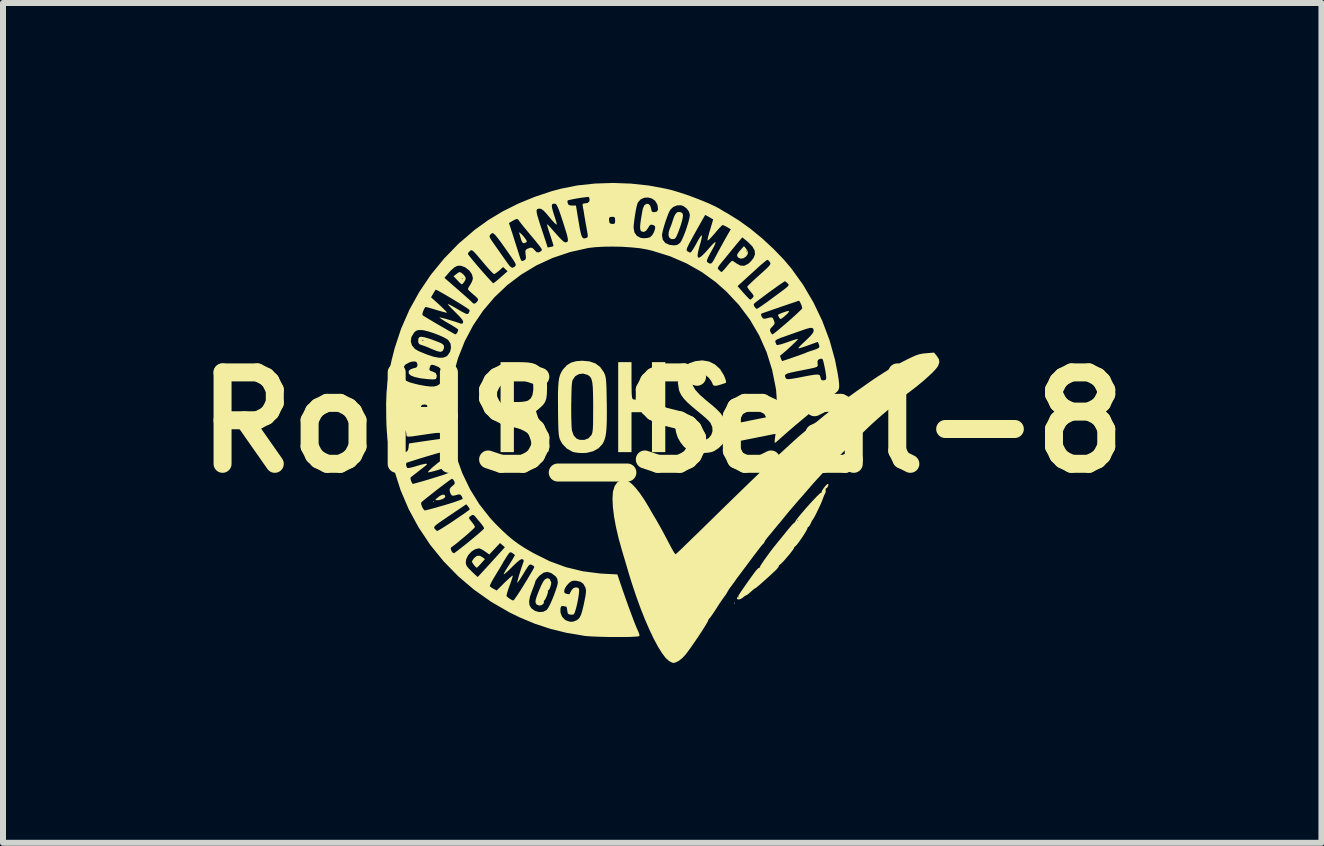
<source format=kicad_pcb>
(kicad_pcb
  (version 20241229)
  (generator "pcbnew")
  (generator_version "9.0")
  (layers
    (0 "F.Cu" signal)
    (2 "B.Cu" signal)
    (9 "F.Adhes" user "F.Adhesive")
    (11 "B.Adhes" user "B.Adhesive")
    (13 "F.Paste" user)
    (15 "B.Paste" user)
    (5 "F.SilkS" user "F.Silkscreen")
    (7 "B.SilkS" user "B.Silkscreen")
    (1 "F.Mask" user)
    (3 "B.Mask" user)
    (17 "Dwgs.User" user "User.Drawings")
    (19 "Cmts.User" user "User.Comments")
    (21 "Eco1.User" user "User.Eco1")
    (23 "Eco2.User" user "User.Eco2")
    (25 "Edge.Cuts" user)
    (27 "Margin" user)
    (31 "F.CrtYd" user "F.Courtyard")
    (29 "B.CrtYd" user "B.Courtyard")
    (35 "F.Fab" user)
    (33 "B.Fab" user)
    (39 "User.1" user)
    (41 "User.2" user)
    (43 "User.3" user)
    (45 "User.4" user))
  (footprint "RoHS_Seal-8"
    (layer "F.Cu")
    (at 7.99 3.993)
    (property "Reference" "RoHS_Seal-8" (at 0 0 0) (layer "F.SilkS") (effects (font (size 1.524 1.524) (thickness 0.3))))
    (attr board_only exclude_from_pos_files exclude_from_bom)
    (fp_poly (pts (xy -3.804 1.322) (xy -3.813 1.331) (xy -3.821 1.322) (xy -3.813 1.313)) (stroke (width 0) (type solid)) (fill yes) (layer "F.SilkS"))
    (fp_poly (pts (xy 1.211 3.011) (xy 1.203 3.019) (xy 1.194 3.011) (xy 1.203 3.002)) (stroke (width 0) (type solid)) (fill yes) (layer "F.SilkS"))
    (fp_poly (pts (xy -3.63 1.206) (xy -3.617 1.231) (xy -3.616 1.235) (xy -3.632 1.259) (xy -3.669 1.28) (xy -3.719 1.294) (xy -3.748 1.296) (xy -3.779 1.295) (xy -3.78 1.285) (xy -3.759 1.265) (xy -3.707 1.224) (xy -3.662 1.204)) (stroke (width 0) (type solid)) (fill yes) (layer "F.SilkS"))
    (fp_poly (pts (xy -2.373 -3.163) (xy -2.355 -3.147) (xy -2.317 -3.108) (xy -2.282 -3.064) (xy -2.26 -3.03) (xy -2.26 -3.01) (xy -2.271 -3.001) (xy -2.307 -2.987) (xy -2.332 -3.001) (xy -2.352 -3.045) (xy -2.354 -3.055) (xy -2.369 -3.106) (xy -2.381 -3.146) (xy -2.383 -3.153) (xy -2.387 -3.169)) (stroke (width 0) (type solid)) (fill yes) (layer "F.SilkS"))
    (fp_poly (pts (xy 2.114 -1.847) (xy 2.091 -1.818) (xy 2.063 -1.792) (xy 2.021 -1.755) (xy 1.988 -1.731) (xy 1.975 -1.723) (xy 1.959 -1.736) (xy 1.944 -1.758) (xy 1.932 -1.781) (xy 1.932 -1.795) (xy 1.95 -1.807) (xy 1.991 -1.824) (xy 2.009 -1.831) (xy 2.073 -1.853) (xy 2.109 -1.859)) (stroke (width 0) (type solid)) (fill yes) (layer "F.SilkS"))
    (fp_poly (pts (xy -2.995 2.248) (xy -2.956 2.278) (xy -3.02 2.35) (xy -3.056 2.39) (xy -3.083 2.416) (xy -3.093 2.422) (xy -3.109 2.41) (xy -3.135 2.381) (xy -3.138 2.377) (xy -3.162 2.343) (xy -3.173 2.321) (xy -3.173 2.32) (xy -3.163 2.299) (xy -3.14 2.266) (xy -3.138 2.263) (xy -3.093 2.225) (xy -3.043 2.222)) (stroke (width 0) (type solid)) (fill yes) (layer "F.SilkS"))
    (fp_poly (pts (xy 1.397 -2.899) (xy 1.427 -2.85) (xy 1.426 -2.808) (xy 1.398 -2.767) (xy 1.353 -2.737) (xy 1.305 -2.731) (xy 1.266 -2.75) (xy 1.249 -2.775) (xy 1.251 -2.803) (xy 1.276 -2.841) (xy 1.289 -2.857) (xy 1.399 -2.857) (xy 1.407 -2.849) (xy 1.416 -2.857) (xy 1.407 -2.866) (xy 1.399 -2.857) (xy 1.289 -2.857) (xy 1.304 -2.874) (xy 1.363 -2.94)) (stroke (width 0) (type solid)) (fill yes) (layer "F.SilkS"))
    (fp_poly (pts (xy -3.348 -2.495) (xy -3.313 -2.465) (xy -3.285 -2.43) (xy -3.275 -2.404) (xy -3.284 -2.372) (xy -3.306 -2.336) (xy -3.33 -2.309) (xy -3.343 -2.303) (xy -3.359 -2.314) (xy -3.39 -2.344) (xy -3.415 -2.37) (xy -3.44 -2.397) (xy -3.343 -2.397) (xy -3.335 -2.388) (xy -3.326 -2.397) (xy -3.335 -2.405) (xy -3.343 -2.397) (xy -3.44 -2.397) (xy -3.479 -2.438) (xy -3.434 -2.473) (xy -3.401 -2.497) (xy -3.378 -2.508) (xy -3.378 -2.508)) (stroke (width 0) (type solid)) (fill yes) (layer "F.SilkS"))
    (fp_poly (pts (xy -0.512 -0.701) (xy -0.511 -0.59) (xy -0.51 -0.509) (xy -0.507 -0.453) (xy -0.503 -0.417) (xy -0.496 -0.396) (xy -0.487 -0.387) (xy -0.485 -0.386) (xy -0.456 -0.381) (xy -0.403 -0.377) (xy -0.336 -0.375) (xy -0.314 -0.375) (xy -0.171 -0.375) (xy -0.171 -1.006) (xy 0.051 -1.006) (xy 0.051 0.495) (xy -0.171 0.495) (xy -0.171 -0.171) (xy -0.512 -0.171) (xy -0.512 0.495) (xy -0.734 0.495) (xy -0.734 -1.006) (xy -0.512 -1.006)) (stroke (width 0) (type solid)) (fill yes) (layer "F.SilkS"))
    (fp_poly (pts (xy 0.319 -3.502) (xy 0.34 -3.483) (xy 0.346 -3.448) (xy 0.338 -3.392) (xy 0.316 -3.312) (xy 0.299 -3.259) (xy 0.271 -3.181) (xy 0.245 -3.118) (xy 0.223 -3.077) (xy 0.211 -3.063) (xy 0.161 -3.055) (xy 0.123 -3.074) (xy 0.123 -3.074) (xy 0.105 -3.115) (xy 0.108 -3.173) (xy 0.126 -3.23) (xy 0.148 -3.283) (xy 0.169 -3.344) (xy 0.171 -3.352) (xy 0.198 -3.431) (xy 0.224 -3.48) (xy 0.251 -3.505) (xy 0.283 -3.51)) (stroke (width 0) (type solid)) (fill yes) (layer "F.SilkS"))
    (fp_poly (pts (xy -3.958 -1.419) (xy -3.878 -1.395) (xy -3.838 -1.381) (xy -3.752 -1.349) (xy -3.693 -1.325) (xy -3.658 -1.303) (xy -3.641 -1.282) (xy -3.637 -1.258) (xy -3.641 -1.231) (xy -3.661 -1.191) (xy -3.697 -1.177) (xy -3.753 -1.189) (xy -3.785 -1.202) (xy -3.831 -1.22) (xy -3.838 -1.223) (xy -3.903 -1.251) (xy -3.946 -1.268) (xy -3.979 -1.28) (xy -4.01 -1.29) (xy -4.017 -1.292) (xy -4.053 -1.308) (xy -4.067 -1.336) (xy -4.068 -1.366) (xy -4.067 -1.376) (xy -4.003 -1.376) (xy -4.001 -1.366) (xy -3.992 -1.365) (xy -3.978 -1.371) (xy -3.98 -1.376) (xy -4.001 -1.378) (xy -4.003 -1.376) (xy -4.067 -1.376) (xy -4.064 -1.403) (xy -4.046 -1.424) (xy -4.012 -1.429)) (stroke (width 0) (type solid)) (fill yes) (layer "F.SilkS"))
    (fp_poly (pts (xy -1.895 2.601) (xy -1.87 2.615) (xy -1.868 2.627) (xy -1.864 2.644) (xy -1.858 2.647) (xy -1.85 2.665) (xy -1.854 2.702) (xy -1.866 2.744) (xy -1.881 2.78) (xy -1.897 2.797) (xy -1.899 2.798) (xy -1.908 2.805) (xy -1.906 2.808) (xy -1.905 2.829) (xy -1.916 2.868) (xy -1.933 2.913) (xy -1.953 2.952) (xy -1.969 2.972) (xy -1.978 2.984) (xy -1.974 2.985) (xy -1.97 2.998) (xy -1.979 3.019) (xy -2.01 3.046) (xy -2.053 3.052) (xy -2.093 3.035) (xy -2.095 3.033) (xy -2.109 3.012) (xy -2.113 2.984) (xy -2.106 2.943) (xy -2.086 2.883) (xy -2.055 2.803) (xy -2.015 2.711) (xy -1.981 2.648) (xy -1.951 2.612) (xy -1.92 2.598)) (stroke (width 0) (type solid)) (fill yes) (layer "F.SilkS"))
    (fp_poly (pts (xy -2.329 -1.005) (xy -2.238 -1) (xy -2.168 -0.989) (xy -2.114 -0.971) (xy -2.069 -0.945) (xy -2.026 -0.909) (xy -2.025 -0.907) (xy -1.978 -0.856) (xy -1.947 -0.8) (xy -1.929 -0.732) (xy -1.921 -0.644) (xy -1.92 -0.571) (xy -1.923 -0.471) (xy -1.933 -0.396) (xy -1.954 -0.339) (xy -1.989 -0.29) (xy -2.04 -0.242) (xy -2.041 -0.241) (xy -2.105 -0.189) (xy -1.999 0.14) (xy -1.967 0.241) (xy -1.939 0.33) (xy -1.916 0.403) (xy -1.901 0.455) (xy -1.894 0.481) (xy -1.893 0.482) (xy -1.909 0.488) (xy -1.95 0.493) (xy -2.008 0.495) (xy -2.012 0.495) (xy -2.131 0.495) (xy -2.201 0.269) (xy -2.241 0.142) (xy -2.272 0.045) (xy -2.297 -0.026) (xy -2.316 -0.076) (xy -2.331 -0.106) (xy -2.343 -0.122) (xy -2.345 -0.123) (xy -2.373 -0.132) (xy -2.417 -0.136) (xy -2.418 -0.136) (xy -2.473 -0.136) (xy -2.473 0.495) (xy -2.695 0.495) (xy -2.695 -0.806) (xy -2.473 -0.806) (xy -2.473 -0.341) (xy -2.379 -0.341) (xy -2.316 -0.346) (xy -2.26 -0.357) (xy -2.237 -0.365) (xy -2.191 -0.402) (xy -2.163 -0.459) (xy -2.15 -0.54) (xy -2.149 -0.581) (xy -2.152 -0.643) (xy -2.162 -0.685) (xy -2.184 -0.72) (xy -2.198 -0.737) (xy -2.229 -0.767) (xy -2.26 -0.784) (xy -2.304 -0.794) (xy -2.36 -0.799) (xy -2.473 -0.806) (xy -2.695 -0.806) (xy -2.695 -1.006) (xy -2.447 -1.006)) (stroke (width 0) (type solid)) (fill yes) (layer "F.SilkS"))
    (fp_poly (pts (xy 0.781 -1.016) (xy 0.879 -0.967) (xy 0.963 -0.891) (xy 1.027 -0.789) (xy 1.048 -0.737) (xy 1.063 -0.692) (xy 1.064 -0.668) (xy 1.053 -0.658) (xy 1.044 -0.654) (xy 1.005 -0.642) (xy 0.972 -0.63) (xy 0.905 -0.612) (xy 0.863 -0.613) (xy 0.842 -0.633) (xy 0.839 -0.645) (xy 0.824 -0.679) (xy 0.793 -0.724) (xy 0.769 -0.751) (xy 0.706 -0.802) (xy 0.645 -0.819) (xy 0.586 -0.803) (xy 0.555 -0.78) (xy 0.513 -0.73) (xy 0.498 -0.674) (xy 0.511 -0.613) (xy 0.552 -0.543) (xy 0.624 -0.464) (xy 0.726 -0.374) (xy 0.754 -0.351) (xy 0.849 -0.273) (xy 0.92 -0.209) (xy 0.972 -0.154) (xy 1.01 -0.102) (xy 1.037 -0.049) (xy 1.049 -0.018) (xy 1.068 0.065) (xy 1.074 0.157) (xy 1.065 0.242) (xy 1.047 0.3) (xy 1.003 0.366) (xy 0.94 0.428) (xy 0.869 0.475) (xy 0.824 0.493) (xy 0.775 0.502) (xy 0.71 0.508) (xy 0.642 0.51) (xy 0.585 0.508) (xy 0.554 0.503) (xy 0.526 0.496) (xy 0.49 0.487) (xy 0.425 0.458) (xy 0.36 0.402) (xy 0.302 0.329) (xy 0.256 0.245) (xy 0.229 0.159) (xy 0.228 0.151) (xy 0.218 0.089) (xy 0.312 0.061) (xy 0.377 0.043) (xy 0.416 0.036) (xy 0.436 0.041) (xy 0.443 0.057) (xy 0.444 0.071) (xy 0.456 0.124) (xy 0.489 0.184) (xy 0.533 0.238) (xy 0.581 0.276) (xy 0.586 0.279) (xy 0.659 0.299) (xy 0.724 0.289) (xy 0.779 0.257) (xy 0.818 0.207) (xy 0.838 0.145) (xy 0.835 0.077) (xy 0.804 0.007) (xy 0.797 -0.002) (xy 0.77 -0.032) (xy 0.722 -0.077) (xy 0.662 -0.129) (xy 0.607 -0.174) (xy 0.502 -0.261) (xy 0.421 -0.333) (xy 0.362 -0.395) (xy 0.32 -0.452) (xy 0.292 -0.507) (xy 0.279 -0.544) (xy 0.261 -0.661) (xy 0.276 -0.773) (xy 0.315 -0.863) (xy 0.373 -0.935) (xy 0.45 -0.987) (xy 0.552 -1.022) (xy 0.671 -1.035)) (stroke (width 0) (type solid)) (fill yes) (layer "F.SilkS"))
    (fp_poly (pts (xy -1.212 -1.018) (xy -1.113 -0.984) (xy -1.035 -0.925) (xy -0.975 -0.84) (xy -0.961 -0.81) (xy -0.951 -0.784) (xy -0.943 -0.751) (xy -0.937 -0.708) (xy -0.933 -0.649) (xy -0.929 -0.57) (xy -0.927 -0.467) (xy -0.925 -0.334) (xy -0.924 -0.322) (xy -0.923 -0.16) (xy -0.924 -0.027) (xy -0.928 0.079) (xy -0.935 0.164) (xy -0.946 0.232) (xy -0.961 0.286) (xy -0.981 0.332) (xy -0.999 0.363) (xy -1.064 0.432) (xy -1.154 0.481) (xy -1.261 0.507) (xy -1.331 0.51) (xy -1.398 0.507) (xy -1.46 0.498) (xy -1.495 0.489) (xy -1.59 0.436) (xy -1.665 0.357) (xy -1.693 0.309) (xy -1.705 0.283) (xy -1.714 0.257) (xy -1.721 0.225) (xy -1.726 0.184) (xy -1.73 0.128) (xy -1.733 0.052) (xy -1.735 -0.047) (xy -1.737 -0.174) (xy -1.737 -0.184) (xy -1.517 -0.184) (xy -1.516 -0.08) (xy -1.513 0.011) (xy -1.51 0.084) (xy -1.505 0.132) (xy -1.504 0.137) (xy -1.476 0.216) (xy -1.429 0.268) (xy -1.379 0.289) (xy -1.3 0.291) (xy -1.232 0.266) (xy -1.184 0.215) (xy -1.173 0.196) (xy -1.166 0.172) (xy -1.16 0.14) (xy -1.156 0.095) (xy -1.153 0.032) (xy -1.152 -0.053) (xy -1.152 -0.165) (xy -1.151 -0.247) (xy -1.152 -0.392) (xy -1.154 -0.507) (xy -1.158 -0.596) (xy -1.165 -0.663) (xy -1.176 -0.711) (xy -1.191 -0.746) (xy -1.211 -0.77) (xy -1.236 -0.788) (xy -1.247 -0.794) (xy -1.32 -0.815) (xy -1.39 -0.806) (xy -1.45 -0.771) (xy -1.491 -0.712) (xy -1.5 -0.687) (xy -1.505 -0.65) (xy -1.51 -0.586) (xy -1.513 -0.5) (xy -1.515 -0.4) (xy -1.517 -0.293) (xy -1.517 -0.184) (xy -1.737 -0.184) (xy -1.737 -0.2) (xy -1.738 -0.359) (xy -1.738 -0.489) (xy -1.734 -0.593) (xy -1.728 -0.676) (xy -1.718 -0.741) (xy -1.703 -0.793) (xy -1.684 -0.837) (xy -1.659 -0.876) (xy -1.649 -0.89) (xy -1.587 -0.957) (xy -1.517 -0.999) (xy -1.432 -1.022) (xy -1.334 -1.029)) (stroke (width 0) (type solid)) (fill yes) (layer "F.SilkS"))
    (fp_poly (pts (xy 2.771 1.037) (xy 2.765 1.062) (xy 2.747 1.09) (xy 2.733 1.097) (xy 2.723 1.107) (xy 2.725 1.127) (xy 2.724 1.164) (xy 2.717 1.181) (xy 2.701 1.211) (xy 2.683 1.257) (xy 2.678 1.271) (xy 2.662 1.313) (xy 2.637 1.372) (xy 2.606 1.438) (xy 2.574 1.504) (xy 2.545 1.562) (xy 2.521 1.603) (xy 2.509 1.621) (xy 2.495 1.641) (xy 2.477 1.679) (xy 2.475 1.685) (xy 2.456 1.721) (xy 2.439 1.74) (xy 2.437 1.74) (xy 2.423 1.753) (xy 2.422 1.761) (xy 2.413 1.785) (xy 2.389 1.828) (xy 2.356 1.881) (xy 2.317 1.939) (xy 2.279 1.993) (xy 2.246 2.036) (xy 2.223 2.061) (xy 2.217 2.064) (xy 2.202 2.078) (xy 2.2 2.085) (xy 2.19 2.107) (xy 2.162 2.146) (xy 2.123 2.196) (xy 2.078 2.249) (xy 2.034 2.3) (xy 1.995 2.342) (xy 1.968 2.367) (xy 1.96 2.371) (xy 1.946 2.385) (xy 1.945 2.394) (xy 1.933 2.417) (xy 1.902 2.454) (xy 1.862 2.492) (xy 1.763 2.583) (xy 1.686 2.652) (xy 1.629 2.702) (xy 1.589 2.736) (xy 1.565 2.756) (xy 1.552 2.763) (xy 1.551 2.763) (xy 1.533 2.774) (xy 1.5 2.802) (xy 1.477 2.823) (xy 1.438 2.857) (xy 1.407 2.879) (xy 1.398 2.883) (xy 1.375 2.894) (xy 1.348 2.917) (xy 1.314 2.94) (xy 1.278 2.951) (xy 1.252 2.946) (xy 1.245 2.933) (xy 1.255 2.913) (xy 1.258 2.908) (xy 1.262 2.908) (xy 1.271 2.917) (xy 1.279 2.908) (xy 1.271 2.9) (xy 1.262 2.908) (xy 1.258 2.908) (xy 1.28 2.872) (xy 1.317 2.814) (xy 1.364 2.747) (xy 1.366 2.743) (xy 1.439 2.639) (xy 1.496 2.56) (xy 1.538 2.502) (xy 1.569 2.463) (xy 1.591 2.439) (xy 1.606 2.426) (xy 1.617 2.423) (xy 1.632 2.414) (xy 1.63 2.407) (xy 1.637 2.39) (xy 1.661 2.352) (xy 1.698 2.297) (xy 1.744 2.233) (xy 1.795 2.163) (xy 1.847 2.094) (xy 1.897 2.032) (xy 1.939 1.98) (xy 1.941 1.978) (xy 1.96 1.955) (xy 1.995 1.912) (xy 2.04 1.856) (xy 2.075 1.812) (xy 2.123 1.755) (xy 2.163 1.708) (xy 2.192 1.679) (xy 2.203 1.672) (xy 2.217 1.659) (xy 2.218 1.653) (xy 2.228 1.633) (xy 2.231 1.629) (xy 2.252 1.629) (xy 2.26 1.638) (xy 2.269 1.629) (xy 2.26 1.621) (xy 2.252 1.629) (xy 2.231 1.629) (xy 2.258 1.594) (xy 2.301 1.54) (xy 2.355 1.477) (xy 2.414 1.409) (xy 2.474 1.342) (xy 2.532 1.28) (xy 2.582 1.228) (xy 2.621 1.19) (xy 2.644 1.172) (xy 2.648 1.171) (xy 2.659 1.172) (xy 2.656 1.166) (xy 2.66 1.145) (xy 2.681 1.11) (xy 2.71 1.071) (xy 2.739 1.039) (xy 2.762 1.024) (xy 2.764 1.024)) (stroke (width 0) (type solid)) (fill yes) (layer "F.SilkS"))
    (fp_poly (pts (xy 4.577 -1.11) (xy 4.613 -1.054) (xy 4.62 -1.002) (xy 4.599 -0.943) (xy 4.599 -0.942) (xy 4.567 -0.898) (xy 4.512 -0.838) (xy 4.438 -0.768) (xy 4.35 -0.69) (xy 4.251 -0.608) (xy 4.148 -0.528) (xy 4.137 -0.52) (xy 4.078 -0.476) (xy 4.024 -0.432) (xy 3.961 -0.379) (xy 3.925 -0.347) (xy 3.884 -0.312) (xy 3.827 -0.263) (xy 3.763 -0.208) (xy 3.736 -0.185) (xy 3.668 -0.128) (xy 3.607 -0.075) (xy 3.55 -0.024) (xy 3.491 0.029) (xy 3.428 0.089) (xy 3.357 0.158) (xy 3.272 0.24) (xy 3.172 0.34) (xy 3.062 0.448) (xy 2.958 0.552) (xy 2.853 0.659) (xy 2.752 0.764) (xy 2.66 0.861) (xy 2.581 0.946) (xy 2.521 1.013) (xy 2.516 1.018) (xy 2.453 1.091) (xy 2.396 1.157) (xy 2.348 1.212) (xy 2.315 1.25) (xy 2.307 1.259) (xy 2.275 1.295) (xy 2.232 1.345) (xy 2.196 1.387) (xy 2.156 1.434) (xy 2.123 1.472) (xy 2.107 1.491) (xy 2.088 1.514) (xy 2.055 1.554) (xy 2.022 1.595) (xy 1.983 1.643) (xy 1.952 1.681) (xy 1.936 1.699) (xy 1.916 1.723) (xy 1.884 1.762) (xy 1.859 1.792) (xy 1.815 1.846) (xy 1.77 1.899) (xy 1.753 1.92) (xy 1.724 1.958) (xy 1.707 1.987) (xy 1.706 1.992) (xy 1.694 2.014) (xy 1.691 2.016) (xy 1.674 2.032) (xy 1.639 2.074) (xy 1.587 2.142) (xy 1.517 2.234) (xy 1.432 2.348) (xy 1.352 2.455) (xy 1.321 2.496) (xy 1.285 2.545) (xy 1.279 2.552) (xy 1.24 2.605) (xy 1.2 2.662) (xy 1.194 2.67) (xy 1.163 2.713) (xy 1.138 2.746) (xy 1.132 2.753) (xy 1.112 2.782) (xy 1.087 2.824) (xy 1.086 2.827) (xy 1.061 2.87) (xy 1.037 2.902) (xy 1.036 2.903) (xy 1.019 2.926) (xy 0.988 2.971) (xy 0.947 3.031) (xy 0.906 3.096) (xy 0.862 3.163) (xy 0.824 3.219) (xy 0.796 3.257) (xy 0.782 3.272) (xy 0.768 3.292) (xy 0.767 3.298) (xy 0.758 3.321) (xy 0.731 3.367) (xy 0.692 3.431) (xy 0.643 3.507) (xy 0.588 3.59) (xy 0.53 3.675) (xy 0.472 3.758) (xy 0.418 3.832) (xy 0.388 3.871) (xy 0.332 3.931) (xy 0.27 3.978) (xy 0.212 4.005) (xy 0.185 4.009) (xy 0.156 4) (xy 0.116 3.978) (xy 0.114 3.977) (xy 0.058 3.927) (xy -0.003 3.846) (xy -0.07 3.739) (xy -0.141 3.607) (xy -0.214 3.453) (xy -0.289 3.281) (xy -0.363 3.093) (xy -0.436 2.892) (xy -0.506 2.682) (xy -0.555 2.525) (xy -0.585 2.422) (xy -0.616 2.317) (xy -0.645 2.22) (xy -0.669 2.142) (xy -0.672 2.129) (xy -0.728 1.929) (xy -0.772 1.739) (xy -0.804 1.563) (xy -0.823 1.405) (xy -0.829 1.269) (xy -0.822 1.159) (xy -0.82 1.148) (xy -0.793 1.06) (xy -0.749 0.998) (xy -0.692 0.964) (xy -0.625 0.959) (xy -0.564 0.98) (xy -0.511 1.02) (xy -0.447 1.086) (xy -0.377 1.174) (xy -0.303 1.281) (xy -0.23 1.401) (xy -0.204 1.446) (xy -0.182 1.485) (xy -0.15 1.54) (xy -0.117 1.595) (xy -0.085 1.649) (xy -0.049 1.713) (xy -0.006 1.79) (xy 0.045 1.885) (xy 0.107 2.003) (xy 0.151 2.086) (xy 0.181 2.14) (xy 0.206 2.179) (xy 0.222 2.196) (xy 0.224 2.197) (xy 0.238 2.184) (xy 0.275 2.15) (xy 0.331 2.097) (xy 0.404 2.026) (xy 0.491 1.941) (xy 0.592 1.844) (xy 0.702 1.736) (xy 0.82 1.621) (xy 0.839 1.602) (xy 1.025 1.42) (xy 1.189 1.26) (xy 1.334 1.119) (xy 1.461 0.996) (xy 1.573 0.888) (xy 1.673 0.792) (xy 1.761 0.708) (xy 1.842 0.632) (xy 1.917 0.562) (xy 1.945 0.536) (xy 2.051 0.439) (xy 2.135 0.362) (xy 2.202 0.301) (xy 2.255 0.253) (xy 2.298 0.215) (xy 2.335 0.184) (xy 2.369 0.156) (xy 2.405 0.128) (xy 2.406 0.127) (xy 2.474 0.072) (xy 2.551 0.009) (xy 2.622 -0.05) (xy 2.625 -0.052) (xy 2.695 -0.11) (xy 2.778 -0.176) (xy 2.877 -0.253) (xy 2.997 -0.344) (xy 3.061 -0.392) (xy 3.117 -0.433) (xy 3.192 -0.487) (xy 3.278 -0.548) (xy 3.368 -0.611) (xy 3.454 -0.672) (xy 3.53 -0.724) (xy 3.588 -0.763) (xy 3.599 -0.77) (xy 3.704 -0.837) (xy 3.788 -0.89) (xy 3.861 -0.933) (xy 3.932 -0.973) (xy 4.009 -1.013) (xy 4.075 -1.047) (xy 4.162 -1.089) (xy 4.227 -1.118) (xy 4.281 -1.136) (xy 4.333 -1.147) (xy 4.392 -1.154) (xy 4.4 -1.154) (xy 4.531 -1.165)) (stroke (width 0) (type solid)) (fill yes) (layer "F.SilkS"))
    (fp_poly (pts (xy -0.52 -3.982) (xy -0.223 -3.95) (xy 0.061 -3.897) (xy 0.171 -3.87) (xy 0.284 -3.836) (xy 0.409 -3.795) (xy 0.537 -3.748) (xy 0.663 -3.699) (xy 0.778 -3.651) (xy 0.877 -3.605) (xy 0.952 -3.566) (xy 0.967 -3.556) (xy 1.004 -3.533) (xy 1.056 -3.503) (xy 1.087 -3.486) (xy 1.275 -3.37) (xy 1.471 -3.229) (xy 1.666 -3.069) (xy 1.853 -2.896) (xy 2.025 -2.718) (xy 2.153 -2.567) (xy 2.348 -2.296) (xy 2.52 -2.003) (xy 2.668 -1.694) (xy 2.789 -1.373) (xy 2.88 -1.047) (xy 2.925 -0.819) (xy 2.941 -0.717) (xy 2.949 -0.642) (xy 2.95 -0.589) (xy 2.942 -0.551) (xy 2.924 -0.522) (xy 2.895 -0.495) (xy 2.87 -0.477) (xy 2.795 -0.421) (xy 2.7 -0.347) (xy 2.59 -0.259) (xy 2.47 -0.162) (xy 2.346 -0.059) (xy 2.223 0.044) (xy 2.107 0.144) (xy 2.002 0.236) (xy 1.946 0.286) (xy 1.909 0.318) (xy 1.882 0.338) (xy 1.876 0.341) (xy 1.874 0.326) (xy 1.877 0.284) (xy 1.884 0.224) (xy 1.889 0.192) (xy 1.9 0.09) (xy 1.908 -0.034) (xy 1.911 -0.169) (xy 1.911 -0.306) (xy 1.906 -0.434) (xy 1.898 -0.542) (xy 1.893 -0.575) (xy 1.852 -0.78) (xy 2.045 -0.78) (xy 2.052 -0.754) (xy 2.063 -0.734) (xy 2.074 -0.725) (xy 2.094 -0.722) (xy 2.129 -0.724) (xy 2.184 -0.732) (xy 2.265 -0.746) (xy 2.315 -0.756) (xy 2.424 -0.777) (xy 2.504 -0.791) (xy 2.56 -0.798) (xy 2.597 -0.799) (xy 2.618 -0.792) (xy 2.63 -0.779) (xy 2.637 -0.758) (xy 2.638 -0.75) (xy 2.65 -0.713) (xy 2.673 -0.702) (xy 2.693 -0.703) (xy 2.723 -0.71) (xy 2.734 -0.731) (xy 2.733 -0.768) (xy 2.727 -0.815) (xy 2.716 -0.881) (xy 2.702 -0.949) (xy 2.688 -1.012) (xy 2.677 -1.047) (xy 2.664 -1.062) (xy 2.645 -1.063) (xy 2.63 -1.059) (xy 2.6 -1.046) (xy 2.589 -1.023) (xy 2.59 -0.986) (xy 2.592 -0.965) (xy 2.593 -0.949) (xy 2.588 -0.936) (xy 2.573 -0.926) (xy 2.544 -0.915) (xy 2.497 -0.904) (xy 2.427 -0.889) (xy 2.332 -0.87) (xy 2.239 -0.852) (xy 2.15 -0.833) (xy 2.09 -0.817) (xy 2.057 -0.8) (xy 2.045 -0.78) (xy 1.852 -0.78) (xy 1.831 -0.882) (xy 1.739 -1.175) (xy 1.657 -1.359) (xy 1.885 -1.359) (xy 1.886 -1.343) (xy 1.887 -1.34) (xy 1.901 -1.306) (xy 1.909 -1.292) (xy 1.929 -1.292) (xy 1.974 -1.302) (xy 2.036 -1.321) (xy 2.089 -1.339) (xy 2.159 -1.364) (xy 2.216 -1.382) (xy 2.253 -1.392) (xy 2.264 -1.393) (xy 2.255 -1.379) (xy 2.227 -1.348) (xy 2.184 -1.307) (xy 2.133 -1.259) (xy 2.08 -1.21) (xy 2.03 -1.167) (xy 1.99 -1.133) (xy 1.966 -1.116) (xy 1.967 -1.101) (xy 1.977 -1.07) (xy 1.99 -1.039) (xy 2 -1.024) (xy 2.001 -1.024) (xy 2.018 -1.029) (xy 2.061 -1.043) (xy 2.123 -1.064) (xy 2.194 -1.089) (xy 2.27 -1.115) (xy 2.333 -1.138) (xy 2.379 -1.155) (xy 2.398 -1.163) (xy 2.422 -1.173) (xy 2.467 -1.189) (xy 2.508 -1.202) (xy 2.571 -1.224) (xy 2.606 -1.241) (xy 2.62 -1.26) (xy 2.617 -1.285) (xy 2.612 -1.3) (xy 2.595 -1.344) (xy 2.479 -1.302) (xy 2.39 -1.27) (xy 2.329 -1.25) (xy 2.292 -1.239) (xy 2.273 -1.237) (xy 2.269 -1.241) (xy 2.281 -1.256) (xy 2.312 -1.289) (xy 2.359 -1.334) (xy 2.397 -1.369) (xy 2.462 -1.433) (xy 2.503 -1.48) (xy 2.522 -1.515) (xy 2.525 -1.529) (xy 2.519 -1.561) (xy 2.5 -1.576) (xy 2.462 -1.576) (xy 2.4 -1.56) (xy 2.352 -1.543) (xy 2.279 -1.518) (xy 2.189 -1.486) (xy 2.095 -1.453) (xy 2.051 -1.437) (xy 1.974 -1.41) (xy 1.924 -1.389) (xy 1.896 -1.373) (xy 1.885 -1.359) (xy 1.657 -1.359) (xy 1.616 -1.452) (xy 1.463 -1.713) (xy 1.395 -1.804) (xy 1.647 -1.804) (xy 1.653 -1.775) (xy 1.658 -1.765) (xy 1.681 -1.733) (xy 1.712 -1.729) (xy 1.713 -1.729) (xy 1.776 -1.745) (xy 1.814 -1.752) (xy 1.835 -1.748) (xy 1.847 -1.734) (xy 1.856 -1.715) (xy 1.873 -1.67) (xy 1.87 -1.638) (xy 1.843 -1.606) (xy 1.831 -1.594) (xy 1.802 -1.562) (xy 1.796 -1.536) (xy 1.805 -1.51) (xy 1.824 -1.478) (xy 1.838 -1.467) (xy 1.854 -1.478) (xy 1.892 -1.507) (xy 1.947 -1.552) (xy 2.015 -1.61) (xy 2.09 -1.674) (xy 2.166 -1.741) (xy 2.232 -1.801) (xy 2.285 -1.851) (xy 2.321 -1.886) (xy 2.334 -1.903) (xy 2.33 -1.928) (xy 2.317 -1.965) (xy 2.3 -2.003) (xy 2.284 -2.027) (xy 2.28 -2.03) (xy 2.263 -2.025) (xy 2.221 -2.01) (xy 2.158 -1.989) (xy 2.081 -1.963) (xy 1.996 -1.934) (xy 1.909 -1.904) (xy 1.826 -1.875) (xy 1.753 -1.85) (xy 1.696 -1.83) (xy 1.661 -1.818) (xy 1.659 -1.817) (xy 1.647 -1.804) (xy 1.395 -1.804) (xy 1.281 -1.956) (xy 1.272 -1.966) (xy 1.524 -1.966) (xy 1.533 -1.938) (xy 1.538 -1.93) (xy 1.561 -1.902) (xy 1.578 -1.894) (xy 1.597 -1.904) (xy 1.638 -1.931) (xy 1.696 -1.971) (xy 1.768 -2.022) (xy 1.825 -2.065) (xy 1.923 -2.137) (xy 1.996 -2.191) (xy 2.049 -2.231) (xy 2.083 -2.259) (xy 2.101 -2.279) (xy 2.108 -2.292) (xy 2.105 -2.303) (xy 2.096 -2.313) (xy 2.089 -2.321) (xy 2.061 -2.346) (xy 2.044 -2.354) (xy 2.027 -2.344) (xy 1.989 -2.318) (xy 1.933 -2.28) (xy 1.867 -2.232) (xy 1.794 -2.18) (xy 1.722 -2.127) (xy 1.654 -2.076) (xy 1.596 -2.033) (xy 1.554 -2) (xy 1.538 -1.987) (xy 1.524 -1.966) (xy 1.272 -1.966) (xy 1.07 -2.182) (xy 0.967 -2.273) (xy 1.256 -2.273) (xy 1.355 -2.16) (xy 1.401 -2.11) (xy 1.438 -2.071) (xy 1.462 -2.049) (xy 1.466 -2.047) (xy 1.486 -2.058) (xy 1.507 -2.078) (xy 1.522 -2.098) (xy 1.521 -2.118) (xy 1.503 -2.146) (xy 1.475 -2.179) (xy 1.442 -2.22) (xy 1.421 -2.252) (xy 1.417 -2.263) (xy 1.43 -2.279) (xy 1.464 -2.313) (xy 1.514 -2.361) (xy 1.577 -2.419) (xy 1.619 -2.456) (xy 1.694 -2.524) (xy 1.747 -2.573) (xy 1.781 -2.608) (xy 1.798 -2.632) (xy 1.804 -2.649) (xy 1.8 -2.664) (xy 1.794 -2.674) (xy 1.771 -2.703) (xy 1.754 -2.712) (xy 1.736 -2.701) (xy 1.698 -2.671) (xy 1.645 -2.627) (xy 1.583 -2.571) (xy 1.565 -2.554) (xy 1.494 -2.49) (xy 1.426 -2.428) (xy 1.368 -2.375) (xy 1.327 -2.338) (xy 1.324 -2.335) (xy 1.256 -2.273) (xy 0.967 -2.273) (xy 0.896 -2.337) (xy 0.661 -2.507) (xy 0.536 -2.578) (xy 0.927 -2.578) (xy 0.928 -2.564) (xy 0.937 -2.552) (xy 0.947 -2.541) (xy 0.974 -2.516) (xy 0.989 -2.508) (xy 1.005 -2.52) (xy 1.035 -2.552) (xy 1.074 -2.598) (xy 1.076 -2.601) (xy 1.115 -2.648) (xy 1.147 -2.681) (xy 1.165 -2.695) (xy 1.165 -2.695) (xy 1.187 -2.686) (xy 1.223 -2.662) (xy 1.235 -2.653) (xy 1.302 -2.616) (xy 1.366 -2.612) (xy 1.429 -2.642) (xy 1.468 -2.675) (xy 1.523 -2.742) (xy 1.547 -2.806) (xy 1.54 -2.87) (xy 1.502 -2.936) (xy 1.431 -3.007) (xy 1.41 -3.025) (xy 1.335 -3.086) (xy 1.26 -2.997) (xy 1.219 -2.948) (xy 1.185 -2.906) (xy 1.166 -2.883) (xy 1.146 -2.858) (xy 1.111 -2.815) (xy 1.067 -2.762) (xy 1.055 -2.746) (xy 0.997 -2.677) (xy 0.959 -2.629) (xy 0.936 -2.597) (xy 0.927 -2.578) (xy 0.536 -2.578) (xy 0.405 -2.652) (xy 0.129 -2.771) (xy -0.164 -2.862) (xy -0.247 -2.882) (xy 0.407 -2.882) (xy 0.409 -2.866) (xy 0.419 -2.855) (xy 0.42 -2.854) (xy 0.453 -2.836) (xy 0.469 -2.832) (xy 0.485 -2.846) (xy 0.512 -2.884) (xy 0.544 -2.938) (xy 0.561 -2.968) (xy 0.606 -3.05) (xy 0.638 -3.101) (xy 0.657 -3.121) (xy 0.662 -3.109) (xy 0.656 -3.066) (xy 0.637 -2.991) (xy 0.622 -2.939) (xy 0.598 -2.846) (xy 0.589 -2.783) (xy 0.596 -2.75) (xy 0.619 -2.748) (xy 0.658 -2.774) (xy 0.715 -2.831) (xy 0.752 -2.872) (xy 0.816 -2.944) (xy 0.86 -2.99) (xy 0.884 -3.008) (xy 0.889 -2.999) (xy 0.876 -2.963) (xy 0.844 -2.899) (xy 0.823 -2.862) (xy 0.783 -2.787) (xy 0.758 -2.737) (xy 0.746 -2.705) (xy 0.745 -2.685) (xy 0.753 -2.672) (xy 0.76 -2.667) (xy 0.791 -2.649) (xy 0.815 -2.65) (xy 0.84 -2.675) (xy 0.87 -2.726) (xy 0.878 -2.742) (xy 0.924 -2.829) (xy 0.98 -2.933) (xy 1.041 -3.043) (xy 1.1 -3.147) (xy 1.102 -3.15) (xy 1.143 -3.221) (xy 1.082 -3.257) (xy 1.041 -3.279) (xy 1.012 -3.291) (xy 1.007 -3.292) (xy 0.991 -3.28) (xy 0.958 -3.247) (xy 0.914 -3.198) (xy 0.877 -3.153) (xy 0.829 -3.099) (xy 0.79 -3.058) (xy 0.763 -3.035) (xy 0.755 -3.033) (xy 0.757 -3.056) (xy 0.768 -3.104) (xy 0.785 -3.169) (xy 0.8 -3.218) (xy 0.821 -3.288) (xy 0.837 -3.343) (xy 0.847 -3.378) (xy 0.848 -3.387) (xy 0.832 -3.395) (xy 0.798 -3.415) (xy 0.781 -3.425) (xy 0.717 -3.461) (xy 0.676 -3.39) (xy 0.652 -3.348) (xy 0.617 -3.285) (xy 0.573 -3.207) (xy 0.526 -3.123) (xy 0.512 -3.097) (xy 0.465 -3.011) (xy 0.433 -2.949) (xy 0.414 -2.908) (xy 0.407 -2.882) (xy -0.247 -2.882) (xy -0.26 -2.885) (xy -0.375 -2.905) (xy -0.514 -2.919) (xy -0.668 -2.929) (xy -0.827 -2.932) (xy -0.981 -2.93) (xy -1.121 -2.922) (xy -1.231 -2.909) (xy -1.535 -2.841) (xy -1.824 -2.744) (xy -2.096 -2.619) (xy -2.35 -2.466) (xy -2.584 -2.289) (xy -2.797 -2.087) (xy -2.987 -1.863) (xy -3.152 -1.619) (xy -3.292 -1.354) (xy -3.404 -1.072) (xy -3.488 -0.773) (xy -3.5 -0.712) (xy -3.52 -0.585) (xy -3.533 -0.436) (xy -3.54 -0.275) (xy -3.54 -0.111) (xy -3.534 0.046) (xy -3.521 0.185) (xy -3.508 0.264) (xy -3.435 0.562) (xy -3.333 0.846) (xy -3.203 1.115) (xy -3.048 1.365) (xy -2.869 1.593) (xy -2.782 1.687) (xy -2.672 1.796) (xy -2.576 1.885) (xy -2.485 1.961) (xy -2.392 2.029) (xy -2.289 2.096) (xy -2.166 2.167) (xy -2.145 2.179) (xy -1.877 2.313) (xy -1.604 2.413) (xy -1.324 2.481) (xy -1.034 2.518) (xy -0.967 2.522) (xy -0.748 2.533) (xy -0.658 2.798) (xy -0.609 2.938) (xy -0.56 3.075) (xy -0.512 3.204) (xy -0.469 3.319) (xy -0.431 3.413) (xy -0.401 3.482) (xy -0.399 3.485) (xy -0.383 3.527) (xy -0.38 3.556) (xy -0.382 3.561) (xy -0.405 3.567) (xy -0.456 3.571) (xy -0.531 3.575) (xy -0.623 3.577) (xy -0.727 3.577) (xy -0.838 3.577) (xy -0.951 3.575) (xy -1.059 3.572) (xy -1.157 3.568) (xy -1.24 3.563) (xy -1.303 3.557) (xy -1.305 3.556) (xy -1.595 3.507) (xy -1.863 3.441) (xy -2.119 3.357) (xy -2.371 3.252) (xy -2.542 3.169) (xy -2.849 2.992) (xy -2.863 2.982) (xy -2.219 2.982) (xy -2.213 3.044) (xy -2.186 3.093) (xy -2.182 3.097) (xy -2.122 3.141) (xy -2.053 3.161) (xy -1.984 3.156) (xy -1.926 3.126) (xy -1.923 3.123) (xy -1.908 3.101) (xy -1.697 3.101) (xy -1.696 3.17) (xy -1.671 3.235) (xy -1.626 3.286) (xy -1.6 3.301) (xy -1.537 3.322) (xy -1.486 3.321) (xy -1.431 3.3) (xy -1.4 3.279) (xy -1.375 3.249) (xy -1.353 3.204) (xy -1.333 3.139) (xy -1.311 3.049) (xy -1.297 2.982) (xy -1.281 2.9) (xy -1.273 2.843) (xy -1.27 2.803) (xy -1.275 2.772) (xy -1.285 2.742) (xy -1.286 2.741) (xy -1.317 2.688) (xy -1.361 2.656) (xy -1.429 2.64) (xy -1.442 2.638) (xy -1.488 2.638) (xy -1.526 2.654) (xy -1.563 2.685) (xy -1.601 2.73) (xy -1.627 2.777) (xy -1.631 2.791) (xy -1.634 2.829) (xy -1.62 2.847) (xy -1.595 2.856) (xy -1.56 2.863) (xy -1.546 2.862) (xy -1.514 2.8) (xy -1.483 2.764) (xy -1.448 2.75) (xy -1.445 2.75) (xy -1.403 2.755) (xy -1.388 2.772) (xy -1.385 2.805) (xy -1.39 2.862) (xy -1.401 2.934) (xy -1.416 3.014) (xy -1.435 3.092) (xy -1.445 3.127) (xy -1.461 3.176) (xy -1.476 3.199) (xy -1.5 3.205) (xy -1.523 3.204) (xy -1.56 3.197) (xy -1.576 3.178) (xy -1.583 3.136) (xy -1.583 3.134) (xy -1.589 3.093) (xy -1.598 3.071) (xy -1.6 3.07) (xy -1.625 3.066) (xy -1.649 3.06) (xy -1.676 3.059) (xy -1.691 3.081) (xy -1.697 3.101) (xy -1.908 3.101) (xy -1.9 3.09) (xy -1.87 3.033) (xy -1.837 2.96) (xy -1.805 2.88) (xy -1.776 2.8) (xy -1.753 2.73) (xy -1.741 2.677) (xy -1.74 2.662) (xy -1.752 2.6) (xy -1.778 2.564) (xy -1.85 2.511) (xy -1.915 2.491) (xy -1.976 2.503) (xy -2.038 2.548) (xy -2.05 2.559) (xy -2.086 2.601) (xy -2.11 2.635) (xy -2.115 2.649) (xy -2.121 2.674) (xy -2.138 2.721) (xy -2.161 2.781) (xy -2.168 2.798) (xy -2.204 2.901) (xy -2.219 2.982) (xy -2.863 2.982) (xy -3.137 2.788) (xy -3.206 2.73) (xy -2.874 2.73) (xy -2.874 2.73) (xy -2.853 2.749) (xy -2.815 2.772) (xy -2.811 2.774) (xy -2.759 2.801) (xy -2.625 2.667) (xy -2.571 2.616) (xy -2.528 2.578) (xy -2.5 2.556) (xy -2.491 2.555) (xy -2.496 2.579) (xy -2.512 2.627) (xy -2.534 2.69) (xy -2.548 2.728) (xy -2.572 2.795) (xy -2.588 2.851) (xy -2.596 2.887) (xy -2.595 2.895) (xy -2.57 2.919) (xy -2.533 2.945) (xy -2.498 2.964) (xy -2.482 2.968) (xy -2.468 2.954) (xy -2.44 2.915) (xy -2.4 2.856) (xy -2.352 2.782) (xy -2.299 2.696) (xy -2.299 2.696) (xy -2.246 2.61) (xy -2.201 2.533) (xy -2.164 2.471) (xy -2.141 2.428) (xy -2.132 2.409) (xy -2.146 2.391) (xy -2.173 2.375) (xy -2.192 2.368) (xy -2.209 2.371) (xy -2.228 2.387) (xy -2.252 2.422) (xy -2.288 2.479) (xy -2.311 2.518) (xy -2.351 2.583) (xy -2.384 2.633) (xy -2.408 2.665) (xy -2.417 2.672) (xy -2.415 2.654) (xy -2.404 2.611) (xy -2.387 2.549) (xy -2.365 2.477) (xy -2.34 2.402) (xy -2.315 2.33) (xy -2.308 2.309) (xy -2.315 2.288) (xy -2.331 2.279) (xy -2.351 2.28) (xy -2.384 2.3) (xy -2.43 2.339) (xy -2.496 2.402) (xy -2.502 2.408) (xy -2.557 2.462) (xy -2.602 2.503) (xy -2.633 2.528) (xy -2.644 2.532) (xy -2.644 2.532) (xy -2.635 2.51) (xy -2.613 2.469) (xy -2.588 2.43) (xy -2.55 2.37) (xy -2.513 2.311) (xy -2.482 2.259) (xy -2.462 2.223) (xy -2.456 2.21) (xy -2.469 2.198) (xy -2.497 2.178) (xy -2.52 2.165) (xy -2.538 2.165) (xy -2.558 2.185) (xy -2.587 2.227) (xy -2.595 2.24) (xy -2.626 2.289) (xy -2.65 2.328) (xy -2.659 2.345) (xy -2.671 2.366) (xy -2.696 2.409) (xy -2.732 2.468) (xy -2.775 2.538) (xy -2.775 2.538) (xy -2.816 2.607) (xy -2.849 2.666) (xy -2.869 2.709) (xy -2.874 2.73) (xy -3.206 2.73) (xy -3.404 2.561) (xy -3.633 2.326) (xy -3.275 2.326) (xy -3.272 2.361) (xy -3.258 2.394) (xy -3.229 2.431) (xy -3.178 2.481) (xy -3.178 2.482) (xy -3.132 2.526) (xy -3.096 2.559) (xy -3.078 2.575) (xy -3.076 2.576) (xy -3.064 2.564) (xy -3.033 2.53) (xy -2.986 2.479) (xy -2.926 2.414) (xy -2.858 2.339) (xy -2.848 2.328) (xy -2.623 2.08) (xy -2.664 2.045) (xy -2.704 2.01) (xy -2.883 2.201) (xy -2.954 2.15) (xy -3.001 2.12) (xy -3.042 2.101) (xy -3.057 2.098) (xy -3.121 2.114) (xy -3.182 2.154) (xy -3.234 2.212) (xy -3.267 2.277) (xy -3.275 2.326) (xy -3.633 2.326) (xy -3.648 2.311) (xy -3.815 2.105) (xy -3.526 2.105) (xy -3.516 2.137) (xy -3.497 2.167) (xy -3.475 2.18) (xy -3.472 2.18) (xy -3.453 2.168) (xy -3.413 2.138) (xy -3.355 2.093) (xy -3.285 2.038) (xy -3.212 1.979) (xy -3.135 1.915) (xy -3.068 1.859) (xy -3.015 1.812) (xy -2.981 1.78) (xy -2.969 1.766) (xy -2.974 1.752) (xy -2.99 1.726) (xy -3.02 1.686) (xy -3.069 1.627) (xy -3.114 1.573) (xy -3.141 1.545) (xy -3.164 1.542) (xy -3.187 1.554) (xy -3.214 1.574) (xy -3.221 1.593) (xy -3.206 1.621) (xy -3.173 1.661) (xy -3.142 1.701) (xy -3.124 1.734) (xy -3.122 1.742) (xy -3.134 1.759) (xy -3.168 1.792) (xy -3.217 1.837) (xy -3.276 1.889) (xy -3.341 1.943) (xy -3.404 1.996) (xy -3.461 2.041) (xy -3.507 2.075) (xy -3.52 2.084) (xy -3.526 2.105) (xy -3.815 2.105) (xy -3.867 2.041) (xy -4.059 1.753) (xy -3.802 1.753) (xy -3.797 1.766) (xy -3.793 1.772) (xy -3.768 1.799) (xy -3.749 1.808) (xy -3.73 1.799) (xy -3.687 1.774) (xy -3.625 1.735) (xy -3.55 1.687) (xy -3.469 1.633) (xy -3.387 1.577) (xy -3.315 1.528) (xy -3.258 1.487) (xy -3.221 1.46) (xy -3.208 1.448) (xy -3.217 1.428) (xy -3.237 1.4) (xy -3.267 1.364) (xy -3.543 1.55) (xy -3.637 1.614) (xy -3.707 1.662) (xy -3.755 1.697) (xy -3.785 1.722) (xy -3.799 1.74) (xy -3.802 1.753) (xy -4.059 1.753) (xy -4.06 1.752) (xy -4.226 1.447) (xy -4.265 1.356) (xy -4.02 1.356) (xy -4.009 1.394) (xy -3.99 1.433) (xy -3.968 1.461) (xy -3.956 1.467) (xy -3.935 1.462) (xy -3.886 1.45) (xy -3.815 1.431) (xy -3.728 1.406) (xy -3.632 1.379) (xy -3.536 1.35) (xy -3.452 1.323) (xy -3.386 1.299) (xy -3.342 1.282) (xy -3.326 1.271) (xy -3.326 1.271) (xy -3.336 1.243) (xy -3.349 1.221) (xy -3.368 1.202) (xy -3.392 1.199) (xy -3.435 1.21) (xy -3.436 1.211) (xy -3.484 1.222) (xy -3.513 1.213) (xy -3.532 1.179) (xy -3.542 1.144) (xy -3.544 1.111) (xy -3.524 1.081) (xy -3.501 1.061) (xy -3.467 1.032) (xy -3.458 1.009) (xy -3.467 0.979) (xy -3.487 0.949) (xy -3.505 0.938) (xy -3.522 0.948) (xy -3.561 0.975) (xy -3.616 1.016) (xy -3.682 1.066) (xy -3.754 1.121) (xy -3.827 1.178) (xy -3.895 1.232) (xy -3.954 1.279) (xy -3.998 1.315) (xy -4.016 1.332) (xy -4.02 1.356) (xy -4.265 1.356) (xy -4.362 1.128) (xy -4.468 0.796) (xy -4.476 0.764) (xy -4.493 0.695) (xy -4.271 0.695) (xy -4.266 0.728) (xy -4.251 0.756) (xy -4.246 0.76) (xy -4.224 0.759) (xy -4.178 0.75) (xy -4.116 0.733) (xy -4.085 0.723) (xy -4.019 0.704) (xy -3.966 0.692) (xy -3.934 0.687) (xy -3.928 0.689) (xy -3.924 0.704) (xy -3.925 0.705) (xy -3.98 0.749) (xy -4.04 0.795) (xy -4.097 0.84) (xy -4.146 0.878) (xy -4.18 0.905) (xy -4.194 0.915) (xy -4.197 0.934) (xy -4.189 0.968) (xy -4.175 1.003) (xy -4.161 1.023) (xy -4.158 1.024) (xy -4.135 1.019) (xy -4.087 1.006) (xy -4.019 0.987) (xy -3.94 0.964) (xy -3.933 0.962) (xy -3.809 0.924) (xy -3.715 0.895) (xy -3.645 0.873) (xy -3.597 0.855) (xy -3.567 0.841) (xy -3.551 0.829) (xy -3.545 0.818) (xy -3.545 0.807) (xy -3.551 0.775) (xy -3.563 0.756) (xy -3.585 0.751) (xy -3.625 0.758) (xy -3.688 0.776) (xy -3.722 0.787) (xy -3.793 0.808) (xy -3.853 0.823) (xy -3.893 0.831) (xy -3.905 0.832) (xy -3.902 0.821) (xy -3.878 0.794) (xy -3.839 0.756) (xy -3.789 0.714) (xy -3.736 0.671) (xy -3.685 0.633) (xy -3.655 0.613) (xy -3.622 0.581) (xy -3.62 0.542) (xy -3.633 0.513) (xy -3.641 0.503) (xy -3.654 0.497) (xy -3.677 0.498) (xy -3.715 0.505) (xy -3.771 0.52) (xy -3.852 0.544) (xy -3.949 0.573) (xy -4.045 0.602) (xy -4.13 0.629) (xy -4.199 0.651) (xy -4.245 0.666) (xy -4.264 0.673) (xy -4.271 0.695) (xy -4.493 0.695) (xy -4.514 0.613) (xy -4.542 0.486) (xy -4.564 0.375) (xy -4.579 0.271) (xy -4.59 0.165) (xy -4.592 0.135) (xy -4.377 0.135) (xy -4.348 0.311) (xy -4.335 0.384) (xy -4.325 0.442) (xy -4.319 0.48) (xy -4.317 0.49) (xy -4.302 0.495) (xy -4.273 0.49) (xy -4.253 0.481) (xy -4.238 0.457) (xy -4.228 0.415) (xy -4.228 0.409) (xy -4.222 0.35) (xy -3.966 0.312) (xy -3.876 0.299) (xy -3.798 0.288) (xy -3.739 0.28) (xy -3.704 0.275) (xy -3.697 0.274) (xy -3.688 0.258) (xy -3.685 0.222) (xy -3.685 0.222) (xy -3.685 0.2) (xy -3.69 0.184) (xy -3.704 0.175) (xy -3.732 0.173) (xy -3.778 0.176) (xy -3.847 0.185) (xy -3.944 0.199) (xy -3.983 0.205) (xy -4.087 0.22) (xy -4.161 0.231) (xy -4.211 0.236) (xy -4.242 0.235) (xy -4.258 0.228) (xy -4.264 0.215) (xy -4.265 0.196) (xy -4.265 0.189) (xy -4.273 0.142) (xy -4.3 0.122) (xy -4.339 0.126) (xy -4.377 0.135) (xy -4.592 0.135) (xy -4.597 0.049) (xy -4.601 -0.086) (xy -4.601 -0.102) (xy -4.602 -0.258) (xy -4.023 -0.258) (xy -4.016 -0.215) (xy -3.984 -0.193) (xy -3.949 -0.192) (xy -3.923 -0.205) (xy -3.915 -0.24) (xy -3.915 -0.247) (xy -3.919 -0.284) (xy -3.939 -0.297) (xy -3.966 -0.299) (xy -4.004 -0.293) (xy -4.021 -0.27) (xy -4.023 -0.258) (xy -4.602 -0.258) (xy -4.603 -0.311) (xy -4.596 -0.499) (xy -4.579 -0.676) (xy -4.556 -0.822) (xy -4.332 -0.822) (xy -4.326 -0.769) (xy -4.307 -0.728) (xy -4.269 -0.695) (xy -4.208 -0.668) (xy -4.12 -0.644) (xy -4.062 -0.63) (xy -3.948 -0.609) (xy -3.861 -0.599) (xy -3.796 -0.601) (xy -3.748 -0.615) (xy -3.713 -0.638) (xy -3.668 -0.7) (xy -3.653 -0.774) (xy -3.658 -0.828) (xy -3.682 -0.884) (xy -3.731 -0.926) (xy -3.803 -0.955) (xy -3.841 -0.963) (xy -3.861 -0.952) (xy -3.873 -0.927) (xy -3.883 -0.886) (xy -3.87 -0.863) (xy -3.828 -0.848) (xy -3.823 -0.847) (xy -3.777 -0.824) (xy -3.758 -0.783) (xy -3.764 -0.742) (xy -3.774 -0.727) (xy -3.794 -0.719) (xy -3.831 -0.718) (xy -3.894 -0.721) (xy -3.905 -0.722) (xy -4.03 -0.736) (xy -4.125 -0.757) (xy -4.191 -0.783) (xy -4.225 -0.815) (xy -4.227 -0.853) (xy -4.22 -0.866) (xy -4.191 -0.889) (xy -4.146 -0.904) (xy -4.143 -0.904) (xy -4.102 -0.915) (xy -4.084 -0.938) (xy -4.08 -0.958) (xy -4.088 -0.998) (xy -4.12 -1.017) (xy -4.174 -1.014) (xy -4.221 -0.999) (xy -4.283 -0.964) (xy -4.319 -0.912) (xy -4.332 -0.839) (xy -4.332 -0.822) (xy -4.556 -0.822) (xy -4.551 -0.852) (xy -4.511 -1.039) (xy -4.46 -1.239) (xy -4.423 -1.352) (xy -4.192 -1.352) (xy -4.172 -1.284) (xy -4.123 -1.226) (xy -4.065 -1.191) (xy -3.927 -1.134) (xy -3.815 -1.097) (xy -3.724 -1.079) (xy -3.654 -1.08) (xy -3.6 -1.1) (xy -3.578 -1.118) (xy -3.536 -1.179) (xy -3.521 -1.248) (xy -3.53 -1.315) (xy -3.565 -1.371) (xy -3.589 -1.39) (xy -3.647 -1.422) (xy -3.724 -1.456) (xy -3.81 -1.489) (xy -3.895 -1.516) (xy -3.968 -1.535) (xy -4.014 -1.541) (xy -4.069 -1.54) (xy -4.105 -1.527) (xy -4.136 -1.499) (xy -4.137 -1.497) (xy -4.181 -1.425) (xy -4.192 -1.352) (xy -4.423 -1.352) (xy -4.354 -1.561) (xy -4.245 -1.81) (xy -3.998 -1.81) (xy -3.996 -1.789) (xy -3.977 -1.776) (xy -3.935 -1.75) (xy -3.875 -1.714) (xy -3.804 -1.671) (xy -3.726 -1.626) (xy -3.648 -1.581) (xy -3.575 -1.539) (xy -3.514 -1.504) (xy -3.469 -1.479) (xy -3.447 -1.468) (xy -3.446 -1.468) (xy -3.431 -1.48) (xy -3.415 -1.502) (xy -3.402 -1.534) (xy -3.402 -1.551) (xy -3.42 -1.564) (xy -3.46 -1.591) (xy -3.517 -1.626) (xy -3.566 -1.654) (xy -3.629 -1.691) (xy -3.678 -1.723) (xy -3.707 -1.744) (xy -3.713 -1.751) (xy -3.695 -1.749) (xy -3.653 -1.739) (xy -3.594 -1.723) (xy -3.528 -1.703) (xy -3.46 -1.682) (xy -3.401 -1.663) (xy -3.358 -1.647) (xy -3.331 -1.648) (xy -3.319 -1.668) (xy -3.32 -1.689) (xy -3.337 -1.719) (xy -3.373 -1.761) (xy -3.431 -1.82) (xy -3.445 -1.834) (xy -3.499 -1.888) (xy -3.542 -1.933) (xy -3.569 -1.963) (xy -3.575 -1.975) (xy -3.558 -1.969) (xy -3.519 -1.95) (xy -3.463 -1.919) (xy -3.409 -1.887) (xy -3.338 -1.846) (xy -3.291 -1.821) (xy -3.261 -1.809) (xy -3.242 -1.809) (xy -3.23 -1.819) (xy -3.228 -1.821) (xy -3.212 -1.855) (xy -3.211 -1.873) (xy -3.226 -1.886) (xy -3.264 -1.913) (xy -3.321 -1.95) (xy -3.39 -1.993) (xy -3.467 -2.04) (xy -3.545 -2.087) (xy -3.62 -2.131) (xy -3.687 -2.169) (xy -3.738 -2.197) (xy -3.77 -2.212) (xy -3.778 -2.214) (xy -3.788 -2.198) (xy -3.809 -2.163) (xy -3.818 -2.148) (xy -3.854 -2.087) (xy -3.717 -1.963) (xy -3.663 -1.912) (xy -3.62 -1.869) (xy -3.594 -1.841) (xy -3.588 -1.831) (xy -3.607 -1.832) (xy -3.65 -1.843) (xy -3.712 -1.86) (xy -3.769 -1.877) (xy -3.841 -1.899) (xy -3.899 -1.915) (xy -3.937 -1.924) (xy -3.948 -1.925) (xy -3.97 -1.891) (xy -3.988 -1.849) (xy -3.998 -1.81) (xy -4.245 -1.81) (xy -4.217 -1.875) (xy -4.05 -2.176) (xy -3.892 -2.411) (xy -3.631 -2.411) (xy -3.398 -2.208) (xy -3.323 -2.142) (xy -3.257 -2.084) (xy -3.205 -2.037) (xy -3.171 -2.005) (xy -3.159 -1.992) (xy -3.139 -1.979) (xy -3.11 -1.99) (xy -3.083 -2.018) (xy -3.071 -2.039) (xy -3.072 -2.058) (xy -3.09 -2.081) (xy -3.128 -2.116) (xy -3.148 -2.133) (xy -3.194 -2.173) (xy -3.227 -2.205) (xy -3.24 -2.222) (xy -3.24 -2.223) (xy -3.232 -2.244) (xy -3.21 -2.282) (xy -3.198 -2.299) (xy -3.172 -2.348) (xy -3.157 -2.394) (xy -3.156 -2.405) (xy -3.172 -2.47) (xy -3.215 -2.532) (xy -3.279 -2.582) (xy -3.296 -2.591) (xy -3.358 -2.613) (xy -3.412 -2.612) (xy -3.465 -2.586) (xy -3.524 -2.533) (xy -3.553 -2.501) (xy -3.631 -2.411) (xy -3.892 -2.411) (xy -3.856 -2.464) (xy -3.636 -2.733) (xy -3.56 -2.811) (xy -3.241 -2.811) (xy -3.23 -2.794) (xy -3.201 -2.757) (xy -3.158 -2.704) (xy -3.105 -2.641) (xy -3.047 -2.573) (xy -2.987 -2.504) (xy -2.93 -2.44) (xy -2.88 -2.385) (xy -2.842 -2.344) (xy -2.82 -2.322) (xy -2.816 -2.32) (xy -2.8 -2.331) (xy -2.764 -2.359) (xy -2.716 -2.4) (xy -2.692 -2.421) (xy -2.578 -2.521) (xy -2.615 -2.556) (xy -2.653 -2.591) (xy -2.718 -2.532) (xy -2.76 -2.499) (xy -2.792 -2.478) (xy -2.804 -2.474) (xy -2.822 -2.487) (xy -2.856 -2.521) (xy -2.902 -2.571) (xy -2.955 -2.632) (xy -3.029 -2.72) (xy -3.084 -2.785) (xy -3.124 -2.829) (xy -3.152 -2.857) (xy -3.172 -2.87) (xy -3.186 -2.872) (xy -3.198 -2.865) (xy -3.209 -2.856) (xy -3.233 -2.828) (xy -3.241 -2.811) (xy -3.56 -2.811) (xy -3.393 -2.983) (xy -3.254 -3.101) (xy -2.879 -3.101) (xy -2.872 -3.08) (xy -2.854 -3.048) (xy -2.821 -2.999) (xy -2.771 -2.928) (xy -2.763 -2.917) (xy -2.71 -2.842) (xy -2.656 -2.765) (xy -2.609 -2.698) (xy -2.592 -2.674) (xy -2.55 -2.617) (xy -2.519 -2.587) (xy -2.494 -2.579) (xy -2.467 -2.592) (xy -2.455 -2.603) (xy -2.444 -2.615) (xy -2.442 -2.631) (xy -2.45 -2.654) (xy -2.47 -2.69) (xy -2.506 -2.744) (xy -2.559 -2.82) (xy -2.637 -2.931) (xy -2.698 -3.016) (xy -2.745 -3.078) (xy -2.78 -3.121) (xy -2.806 -3.146) (xy -2.825 -3.156) (xy -2.841 -3.154) (xy -2.855 -3.142) (xy -2.866 -3.13) (xy -2.876 -3.116) (xy -2.879 -3.101) (xy -3.254 -3.101) (xy -3.128 -3.21) (xy -2.968 -3.325) (xy -2.555 -3.325) (xy -2.49 -3.125) (xy -2.461 -3.033) (xy -2.431 -2.939) (xy -2.404 -2.854) (xy -2.388 -2.803) (xy -2.368 -2.741) (xy -2.354 -2.706) (xy -2.34 -2.692) (xy -2.323 -2.694) (xy -2.308 -2.7) (xy -2.283 -2.715) (xy -2.273 -2.736) (xy -2.274 -2.776) (xy -2.277 -2.798) (xy -2.282 -2.847) (xy -2.277 -2.873) (xy -2.258 -2.89) (xy -2.244 -2.897) (xy -2.197 -2.914) (xy -2.166 -2.91) (xy -2.136 -2.883) (xy -2.129 -2.874) (xy -2.093 -2.839) (xy -2.058 -2.835) (xy -2.022 -2.855) (xy -2.01 -2.866) (xy -2.007 -2.881) (xy -2.017 -2.903) (xy -2.042 -2.938) (xy -2.084 -2.99) (xy -2.125 -3.041) (xy -2.208 -3.14) (xy -2.271 -3.216) (xy -2.318 -3.273) (xy -2.35 -3.314) (xy -2.372 -3.342) (xy -2.386 -3.36) (xy -2.393 -3.372) (xy -2.41 -3.39) (xy -2.434 -3.391) (xy -2.473 -3.373) (xy -2.496 -3.36) (xy -2.555 -3.325) (xy -2.968 -3.325) (xy -2.906 -3.37) (xy -2.676 -3.509) (xy -2.094 -3.509) (xy -2.085 -3.461) (xy -2.064 -3.391) (xy -2.034 -3.295) (xy -2.013 -3.232) (xy -1.981 -3.136) (xy -1.953 -3.051) (xy -1.931 -2.984) (xy -1.917 -2.938) (xy -1.911 -2.92) (xy -1.911 -2.919) (xy -1.897 -2.919) (xy -1.865 -2.925) (xy -1.832 -2.933) (xy -1.813 -2.941) (xy -1.812 -2.941) (xy -1.816 -2.958) (xy -1.828 -3.001) (xy -1.847 -3.062) (xy -1.867 -3.122) (xy -1.891 -3.194) (xy -1.909 -3.253) (xy -1.919 -3.293) (xy -1.92 -3.305) (xy -1.907 -3.296) (xy -1.877 -3.265) (xy -1.834 -3.217) (xy -1.782 -3.158) (xy -1.781 -3.157) (xy -1.727 -3.097) (xy -1.679 -3.047) (xy -1.642 -3.014) (xy -1.621 -3.003) (xy -1.596 -3.005) (xy -1.58 -3.013) (xy -1.572 -3.032) (xy -1.574 -3.065) (xy -1.585 -3.118) (xy -1.607 -3.192) (xy -1.639 -3.294) (xy -1.652 -3.336) (xy -1.689 -3.447) (xy -1.717 -3.529) (xy -1.74 -3.586) (xy -1.758 -3.622) (xy -1.772 -3.641) (xy -1.784 -3.646) (xy -1.818 -3.647) (xy -1.837 -3.635) (xy -1.841 -3.605) (xy -1.831 -3.554) (xy -1.808 -3.475) (xy -1.807 -3.472) (xy -1.785 -3.404) (xy -1.768 -3.347) (xy -1.759 -3.31) (xy -1.757 -3.301) (xy -1.767 -3.301) (xy -1.795 -3.326) (xy -1.843 -3.378) (xy -1.91 -3.457) (xy -1.925 -3.476) (xy -1.978 -3.532) (xy -2.02 -3.561) (xy -2.036 -3.565) (xy -2.065 -3.563) (xy -2.084 -3.556) (xy -2.094 -3.54) (xy -2.094 -3.509) (xy -2.676 -3.509) (xy -2.667 -3.515) (xy -2.403 -3.647) (xy -2.326 -3.679) (xy -1.58 -3.679) (xy -1.575 -3.654) (xy -1.561 -3.628) (xy -1.531 -3.618) (xy -1.502 -3.616) (xy -1.438 -3.616) (xy -1.418 -3.493) (xy -1.396 -3.359) (xy -1.378 -3.255) (xy -1.363 -3.178) (xy -1.349 -3.124) (xy -1.335 -3.091) (xy -1.319 -3.073) (xy -1.301 -3.068) (xy -1.278 -3.072) (xy -1.257 -3.08) (xy -1.245 -3.089) (xy -1.241 -3.109) (xy -1.245 -3.147) (xy -1.256 -3.211) (xy -1.256 -3.212) (xy -1.262 -3.244) (xy -0.477 -3.244) (xy -0.463 -3.168) (xy -0.423 -3.111) (xy -0.361 -3.078) (xy -0.307 -3.071) (xy -0.254 -3.075) (xy -0.211 -3.085) (xy -0.204 -3.088) (xy -0.173 -3.117) (xy -0.004 -3.117) (xy 0.01 -3.045) (xy 0.051 -2.993) (xy 0.118 -2.962) (xy 0.193 -2.952) (xy 0.25 -2.96) (xy 0.294 -2.991) (xy 0.298 -2.995) (xy 0.322 -3.032) (xy 0.35 -3.093) (xy 0.381 -3.17) (xy 0.41 -3.253) (xy 0.435 -3.335) (xy 0.453 -3.405) (xy 0.461 -3.457) (xy 0.461 -3.46) (xy 0.445 -3.517) (xy 0.405 -3.57) (xy 0.35 -3.609) (xy 0.312 -3.621) (xy 0.247 -3.619) (xy 0.183 -3.592) (xy 0.136 -3.548) (xy 0.135 -3.546) (xy 0.111 -3.501) (xy 0.084 -3.433) (xy 0.056 -3.354) (xy 0.03 -3.272) (xy 0.01 -3.197) (xy -0.002 -3.138) (xy -0.004 -3.117) (xy -0.173 -3.117) (xy -0.166 -3.123) (xy -0.135 -3.178) (xy -0.117 -3.24) (xy -0.12 -3.272) (xy -0.146 -3.29) (xy -0.157 -3.294) (xy -0.189 -3.298) (xy -0.21 -3.285) (xy -0.232 -3.248) (xy -0.234 -3.244) (xy -0.268 -3.197) (xy -0.306 -3.176) (xy -0.343 -3.184) (xy -0.357 -3.196) (xy -0.366 -3.218) (xy -0.369 -3.253) (xy -0.365 -3.311) (xy -0.358 -3.364) (xy -0.346 -3.439) (xy -0.334 -3.509) (xy -0.324 -3.561) (xy -0.322 -3.568) (xy -0.298 -3.621) (xy -0.264 -3.645) (xy -0.228 -3.642) (xy -0.199 -3.612) (xy -0.184 -3.56) (xy -0.176 -3.522) (xy -0.156 -3.507) (xy -0.128 -3.506) (xy -0.087 -3.517) (xy -0.07 -3.551) (xy -0.076 -3.609) (xy -0.084 -3.639) (xy -0.119 -3.696) (xy -0.171 -3.733) (xy -0.235 -3.75) (xy -0.3 -3.746) (xy -0.358 -3.72) (xy -0.402 -3.673) (xy -0.412 -3.652) (xy -0.426 -3.605) (xy -0.44 -3.536) (xy -0.454 -3.453) (xy -0.466 -3.369) (xy -0.475 -3.294) (xy -0.477 -3.244) (xy -1.262 -3.244) (xy -1.271 -3.293) (xy -1.286 -3.378) (xy -1.286 -3.38) (xy -0.887 -3.38) (xy -0.882 -3.335) (xy -0.862 -3.314) (xy -0.824 -3.309) (xy -0.797 -3.314) (xy -0.786 -3.336) (xy -0.785 -3.369) (xy -0.788 -3.409) (xy -0.802 -3.426) (xy -0.836 -3.429) (xy -0.872 -3.424) (xy -0.886 -3.405) (xy -0.887 -3.38) (xy -1.286 -3.38) (xy -1.296 -3.437) (xy -1.306 -3.503) (xy -1.317 -3.565) (xy -1.323 -3.595) (xy -1.328 -3.633) (xy -1.319 -3.648) (xy -1.3 -3.651) (xy -1.244 -3.659) (xy -1.215 -3.687) (xy -1.211 -3.711) (xy -1.216 -3.745) (xy -1.224 -3.759) (xy -1.245 -3.759) (xy -1.29 -3.754) (xy -1.351 -3.746) (xy -1.419 -3.735) (xy -1.484 -3.723) (xy -1.537 -3.712) (xy -1.571 -3.703) (xy -1.577 -3.7) (xy -1.58 -3.679) (xy -2.326 -3.679) (xy -2.124 -3.762) (xy -1.839 -3.857) (xy -1.681 -3.899) (xy -1.411 -3.952) (xy -1.122 -3.983) (xy -0.822 -3.993)) (stroke (width 0) (type solid)) (fill yes) (layer "F.SilkS")))
  (gr_rect
    (start -3 -3)
    (end 18.98 11.001)
    (stroke (width 0.1) (type default))
    (fill no)
    (layer "Edge.Cuts")))
</source>
